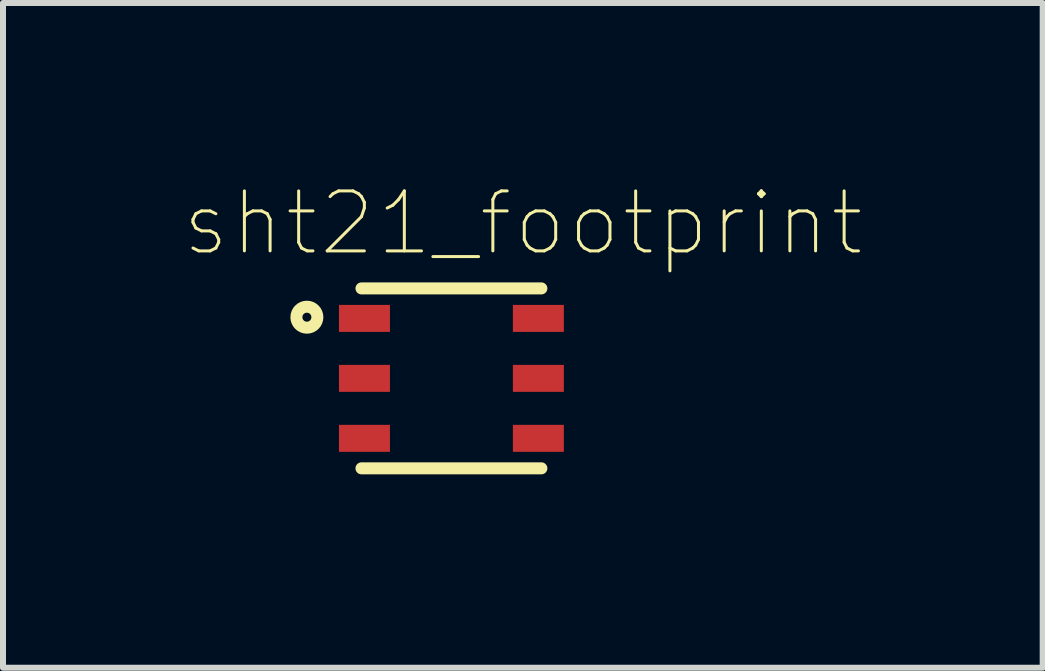
<source format=kicad_pcb>
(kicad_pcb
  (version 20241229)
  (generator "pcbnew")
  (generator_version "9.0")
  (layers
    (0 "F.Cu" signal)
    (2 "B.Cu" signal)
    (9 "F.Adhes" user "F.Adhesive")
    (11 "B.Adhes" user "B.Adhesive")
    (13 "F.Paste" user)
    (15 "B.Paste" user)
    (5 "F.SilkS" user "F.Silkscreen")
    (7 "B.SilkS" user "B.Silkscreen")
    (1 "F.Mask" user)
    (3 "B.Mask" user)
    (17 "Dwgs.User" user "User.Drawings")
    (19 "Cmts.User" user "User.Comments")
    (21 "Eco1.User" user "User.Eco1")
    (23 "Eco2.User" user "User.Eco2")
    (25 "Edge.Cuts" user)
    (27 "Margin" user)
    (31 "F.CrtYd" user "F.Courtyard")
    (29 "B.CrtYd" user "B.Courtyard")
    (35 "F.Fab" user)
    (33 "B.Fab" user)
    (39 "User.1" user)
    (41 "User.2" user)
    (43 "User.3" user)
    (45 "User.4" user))
  (footprint "sht21_footprint"
    (layer "F.Cu")
    (at 4.477 3.259)
    (property "Reference" "sht21_footprint" (at 1.191 -2.586 0) (layer "F.SilkS") (effects (font (size 1 1) (thickness 0.05))))
    (attr smd)
    (fp_line (start -1.5 -1.5) (end 1.5 -1.5) (stroke (width 0.2) (type solid)) (layer "F.SilkS"))
    (fp_line (start 1.5 1.5) (end -1.5 1.5) (stroke (width 0.2) (type solid)) (layer "F.SilkS"))
    (fp_circle (center -2.41 -1.02) (end -2.235 -1.02) (stroke (width 0.2) (type solid)) (fill no) (layer "F.SilkS"))
    (fp_line (start -2.15 -1.8) (end 2.15 -1.8) (stroke (width 0.05) (type solid)) (layer "Eco1.User"))
    (fp_line (start -2.15 1.8) (end -2.15 -1.8) (stroke (width 0.05) (type solid)) (layer "Eco1.User"))
    (fp_line (start 2.15 -1.8) (end 2.15 1.8) (stroke (width 0.05) (type solid)) (layer "Eco1.User"))
    (fp_line (start 2.15 1.8) (end -2.15 1.8) (stroke (width 0.05) (type solid)) (layer "Eco1.User"))
    (fp_line (start -1.5 1.5) (end -1.5 -1.5) (stroke (width 0.2) (type solid)) (layer "Eco2.User"))
    (fp_line (start 1.5 -1.5) (end 1.5 1.5) (stroke (width 0.2) (type solid)) (layer "Eco2.User"))
    (pad "1" smd rect (at -1.45 -1) (size 0.85 0.45) (layers "F.Cu" "F.Mask" "F.Paste"))
    (pad "2" smd rect (at -1.45 0) (size 0.85 0.45) (layers "F.Cu" "F.Mask" "F.Paste"))
    (pad "3" smd rect (at -1.45 1) (size 0.85 0.45) (layers "F.Cu" "F.Mask" "F.Paste"))
    (pad "4" smd rect (at 1.45 1 180) (size 0.85 0.45) (layers "F.Cu" "F.Mask" "F.Paste"))
    (pad "5" smd rect (at 1.45 0 180) (size 0.85 0.45) (layers "F.Cu" "F.Mask" "F.Paste"))
    (pad "6" smd rect (at 1.45 -1 180) (size 0.85 0.45) (layers "F.Cu" "F.Mask" "F.Paste")))
  (gr_rect
    (start -3 -3)
    (end 14.336 8.084)
    (stroke (width 0.1) (type default))
    (fill no)
    (layer "Edge.Cuts")))
</source>
